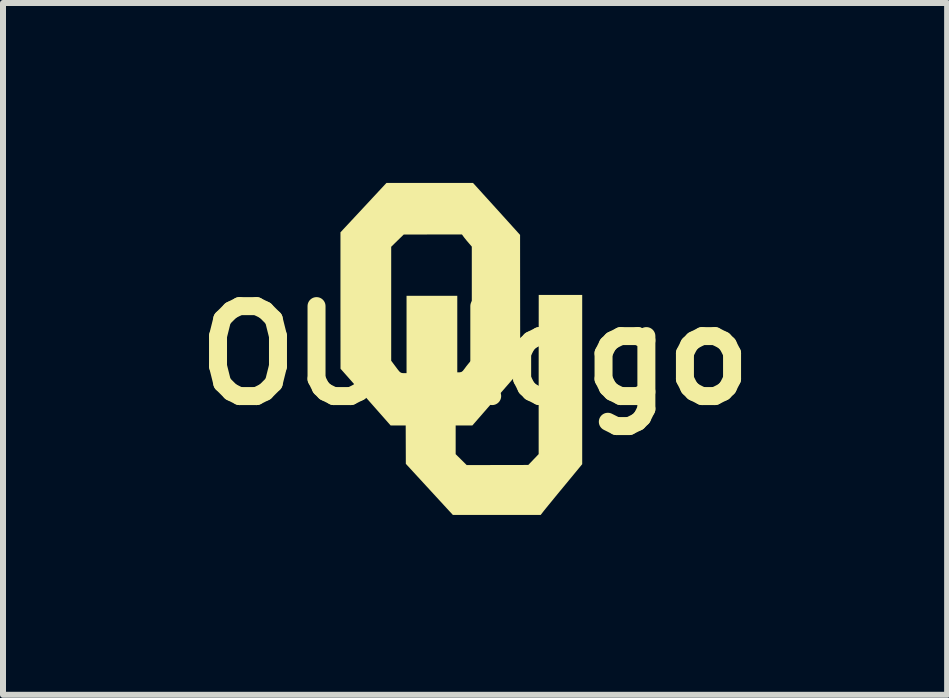
<source format=kicad_pcb>
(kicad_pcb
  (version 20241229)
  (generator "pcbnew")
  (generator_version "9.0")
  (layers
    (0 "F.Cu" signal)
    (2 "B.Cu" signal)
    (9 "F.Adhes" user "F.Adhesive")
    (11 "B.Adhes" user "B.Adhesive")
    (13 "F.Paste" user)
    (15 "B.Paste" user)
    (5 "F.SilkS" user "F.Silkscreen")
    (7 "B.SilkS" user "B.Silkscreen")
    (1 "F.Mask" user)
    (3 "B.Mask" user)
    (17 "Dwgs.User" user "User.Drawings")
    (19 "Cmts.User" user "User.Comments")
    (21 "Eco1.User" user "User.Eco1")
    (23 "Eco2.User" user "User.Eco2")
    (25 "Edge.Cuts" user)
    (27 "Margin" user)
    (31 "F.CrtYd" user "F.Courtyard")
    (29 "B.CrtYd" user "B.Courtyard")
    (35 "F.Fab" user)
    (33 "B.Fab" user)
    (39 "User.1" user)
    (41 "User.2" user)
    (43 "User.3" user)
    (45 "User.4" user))
  (footprint "OU_logo"
    (layer "F.Cu")
    (at 4.871 2.876)
    (property "Reference" "OU_logo" (at 0 0 0) (layer "F.SilkS") (effects (font (size 1.5 1.5) (thickness 0.3))))
    (attr board_only exclude_from_pos_files exclude_from_bom)
    (fp_poly (pts (xy -0.755 -2.876) (xy -0.034 -2.876) (xy 0.359 -2.443) (xy 0.751 -2.009) (xy 0.752 -0.878) (xy 0.753 0.253) (xy 0.354 0.711) (xy -0.045 1.169) (xy -0.184 1.169) (xy -0.323 1.169) (xy -0.323 1.408) (xy -0.323 1.647) (xy -0.231 1.738) (xy -0.139 1.829) (xy 0.374 1.828) (xy 0.888 1.827) (xy 0.974 1.737) (xy 1.061 1.646) (xy 1.061 0.319) (xy 1.062 -1.008) (xy 1.425 -1.008) (xy 1.787 -1.008) (xy 1.787 0.403) (xy 1.787 1.814) (xy 1.482 2.184) (xy 1.409 2.272) (xy 1.34 2.356) (xy 1.278 2.432) (xy 1.224 2.498) (xy 1.18 2.552) (xy 1.15 2.589) (xy 1.136 2.607) (xy 1.095 2.66) (xy 0.363 2.66) (xy -0.37 2.66) (xy -0.762 2.234) (xy -1.154 1.808) (xy -1.155 1.488) (xy -1.156 1.169) (xy -1.281 1.169) (xy -1.407 1.169) (xy -1.825 0.695) (xy -2.243 0.222) (xy -2.244 -0.915) (xy -2.244 -1.811) (xy -1.398 -1.811) (xy -1.398 -0.861) (xy -1.398 0.089) (xy -1.321 0.192) (xy -1.285 0.24) (xy -1.259 0.271) (xy -1.238 0.287) (xy -1.218 0.294) (xy -1.193 0.296) (xy -1.142 0.296) (xy -1.142 -0.349) (xy -1.142 -0.994) (xy -0.719 -0.994) (xy -0.296 -0.994) (xy -0.296 -0.356) (xy -0.296 0.282) (xy -0.256 0.282) (xy -0.228 0.277) (xy -0.204 0.259) (xy -0.175 0.222) (xy -0.142 0.177) (xy -0.107 0.134) (xy -0.094 0.118) (xy -0.054 0.075) (xy -0.054 -0.87) (xy -0.054 -1.814) (xy -0.098 -1.865) (xy -0.135 -1.908) (xy -0.171 -1.953) (xy -0.181 -1.965) (xy -0.218 -2.016) (xy -0.704 -2.016) (xy -1.189 -2.015) (xy -1.294 -1.913) (xy -1.398 -1.811) (xy -2.244 -1.811) (xy -2.244 -2.052) (xy -1.86 -2.464) (xy -1.477 -2.876)) (stroke (width 0) (type solid)) (fill yes) (layer "F.SilkS")))
  (gr_rect
    (start -3 -3)
    (end 12.743 8.536)
    (stroke (width 0.1) (type default))
    (fill no)
    (layer "Edge.Cuts")))
</source>
